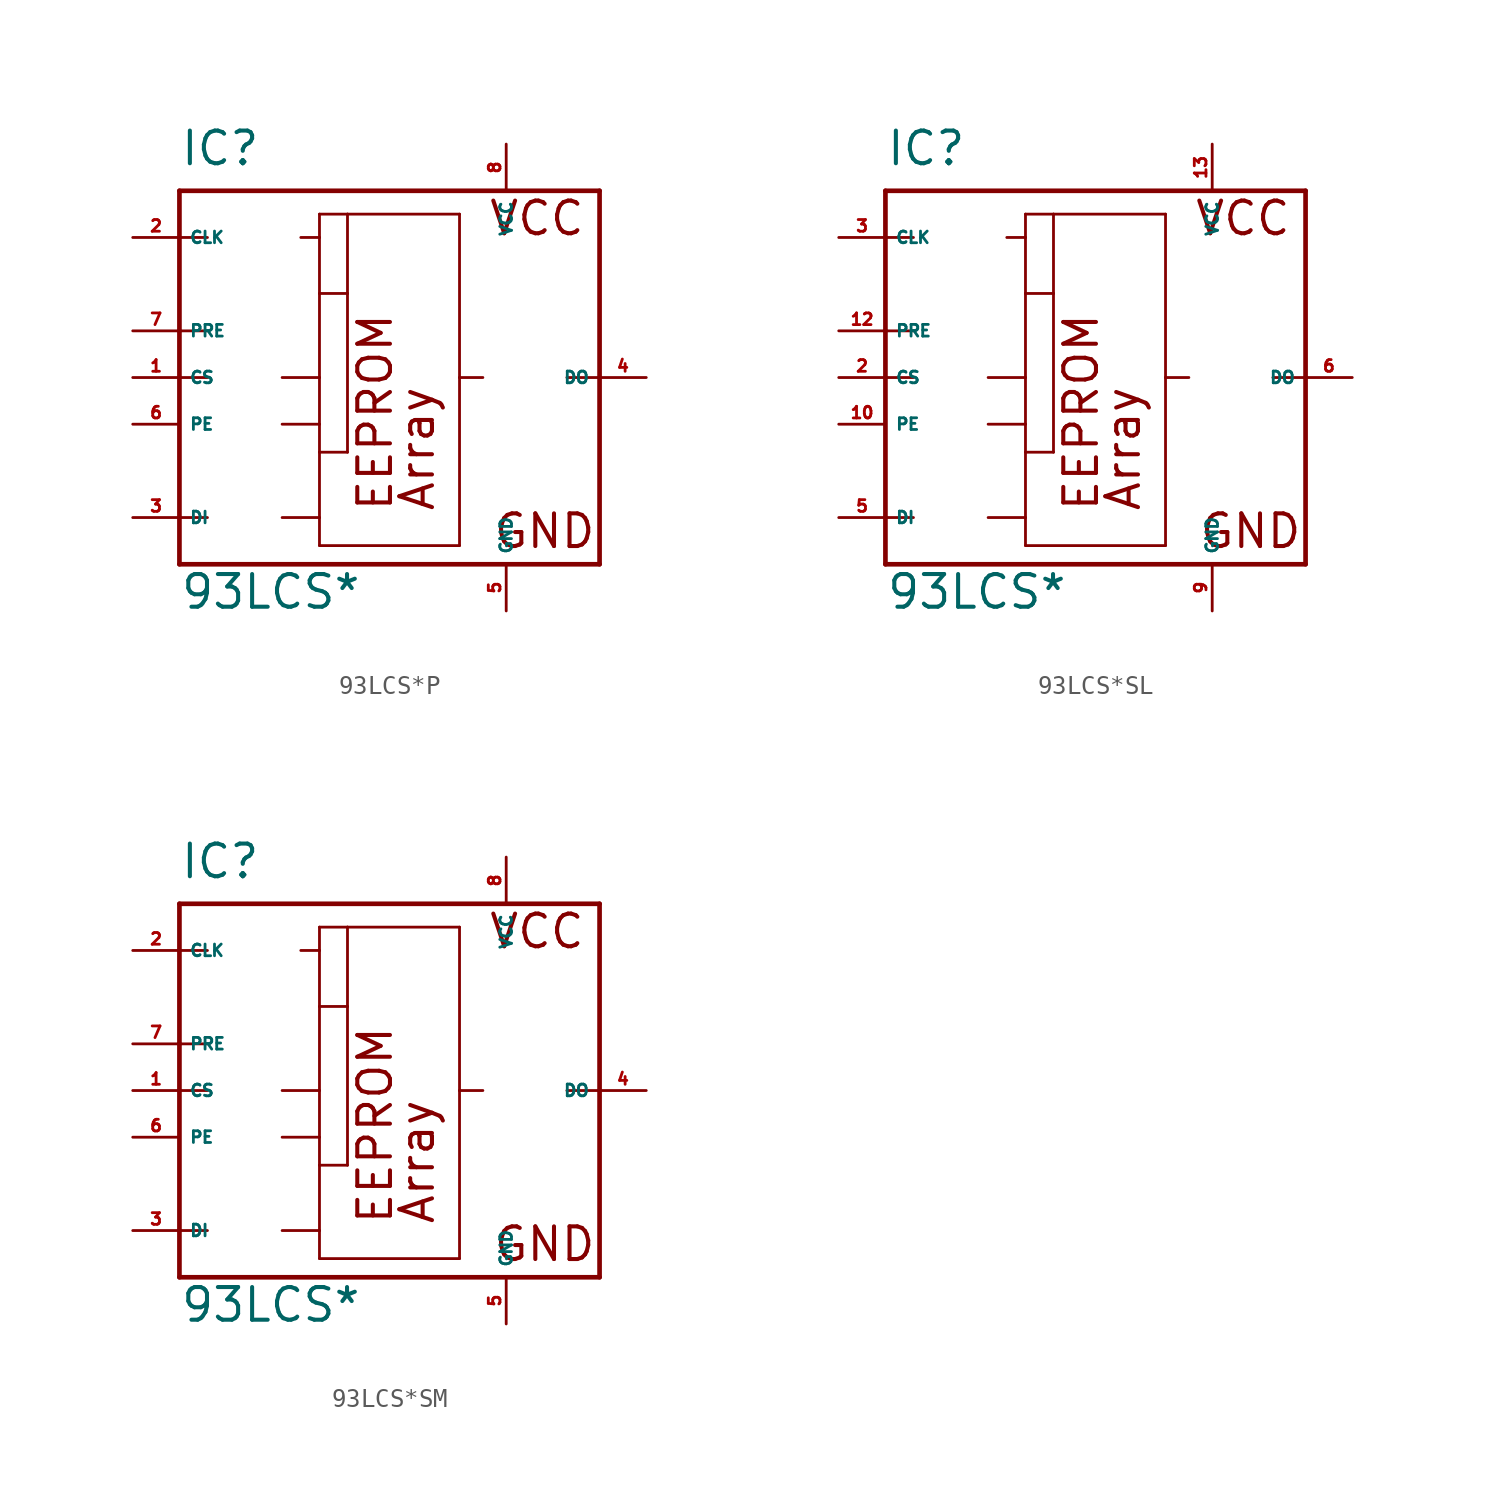
<source format=kicad_sym>
(kicad_symbol_lib
  (version 20220914)
  (generator Eagle2Kicad)
  (symbol "93LCS*P"
    (property "Reference" "IC"
      (at -10.16 11.43 0)
      (effects (font (size 1.778 1.778) (thickness 0.22)) (justify left bottom)))
    (property "Value" "93LCS*"
      (at -10.16 -12.7 0)
      (effects (font (size 1.778 1.778) (thickness 0.22)) (justify left bottom)))
    (polyline
      (pts (xy -10.16 10.16) (xy 12.7 10.16))
      (stroke (width 0.254) (type default))
      (fill (type none)))
    (polyline
      (pts (xy 12.7 10.16) (xy 12.7 0))
      (stroke (width 0.254) (type default))
      (fill (type none)))
    (polyline
      (pts (xy 12.7 0) (xy 12.7 -10.16))
      (stroke (width 0.254) (type default))
      (fill (type none)))
    (polyline
      (pts (xy 12.7 -10.16) (xy -10.16 -10.16))
      (stroke (width 0.254) (type default))
      (fill (type none)))
    (polyline
      (pts (xy -10.16 -10.16) (xy -10.16 -7.62))
      (stroke (width 0.254) (type default))
      (fill (type none)))
    (polyline
      (pts (xy -10.16 -7.62) (xy -10.16 0))
      (stroke (width 0.254) (type default))
      (fill (type none)))
    (polyline
      (pts (xy -10.16 0) (xy -10.16 2.54))
      (stroke (width 0.254) (type default))
      (fill (type none)))
    (polyline
      (pts (xy -10.16 2.54) (xy -10.16 7.62))
      (stroke (width 0.254) (type default))
      (fill (type none)))
    (polyline
      (pts (xy -10.16 7.62) (xy -10.16 10.16))
      (stroke (width 0.254) (type default))
      (fill (type none)))
    (polyline
      (pts (xy -2.54 8.89) (xy -1.016 8.89))
      (stroke (width 0.152) (type default))
      (fill (type none)))
    (polyline
      (pts (xy -1.016 8.89) (xy 5.08 8.89))
      (stroke (width 0.152) (type default))
      (fill (type none)))
    (polyline
      (pts (xy 5.08 8.89) (xy 5.08 0))
      (stroke (width 0.152) (type default))
      (fill (type none)))
    (polyline
      (pts (xy 5.08 0) (xy 5.08 -9.144))
      (stroke (width 0.152) (type default))
      (fill (type none)))
    (polyline
      (pts (xy 5.08 -9.144) (xy -2.54 -9.144))
      (stroke (width 0.152) (type default))
      (fill (type none)))
    (polyline
      (pts (xy -2.54 -9.144) (xy -2.54 -7.62))
      (stroke (width 0.152) (type default))
      (fill (type none)))
    (polyline
      (pts (xy -2.54 -7.62) (xy -2.54 -4.064))
      (stroke (width 0.152) (type default))
      (fill (type none)))
    (polyline
      (pts (xy -2.54 -4.064) (xy -2.54 -2.54))
      (stroke (width 0.152) (type default))
      (fill (type none)))
    (polyline
      (pts (xy -2.54 -2.54) (xy -2.54 0))
      (stroke (width 0.152) (type default))
      (fill (type none)))
    (polyline
      (pts (xy -2.54 0) (xy -2.54 4.572))
      (stroke (width 0.152) (type default))
      (fill (type none)))
    (polyline
      (pts (xy -2.54 4.572) (xy -2.54 7.62))
      (stroke (width 0.152) (type default))
      (fill (type none)))
    (polyline
      (pts (xy -2.54 7.62) (xy -2.54 8.89))
      (stroke (width 0.152) (type default))
      (fill (type none)))
    (polyline
      (pts (xy -10.16 0) (xy -8.636 0))
      (stroke (width 0.152) (type default))
      (fill (type none)))
    (polyline
      (pts (xy -10.16 -7.62) (xy -8.636 -7.62))
      (stroke (width 0.152) (type default))
      (fill (type none)))
    (polyline
      (pts (xy -10.16 7.62) (xy -8.636 7.62))
      (stroke (width 0.152) (type default))
      (fill (type none)))
    (polyline
      (pts (xy -3.556 7.62) (xy -2.54 7.62))
      (stroke (width 0.152) (type default))
      (fill (type none)))
    (polyline
      (pts (xy 12.7 0) (xy 10.922 0))
      (stroke (width 0.152) (type default))
      (fill (type none)))
    (polyline
      (pts (xy 6.35 0) (xy 5.08 0))
      (stroke (width 0.152) (type default))
      (fill (type none)))
    (polyline
      (pts (xy -1.016 4.572) (xy -1.016 -4.064))
      (stroke (width 0.152) (type default))
      (fill (type none)))
    (polyline
      (pts (xy -10.16 2.54) (xy -8.636 2.54))
      (stroke (width 0.152) (type default))
      (fill (type none)))
    (polyline
      (pts (xy -4.572 0) (xy -2.54 0))
      (stroke (width 0.152) (type default))
      (fill (type none)))
    (polyline
      (pts (xy -2.54 4.572) (xy -1.016 4.572))
      (stroke (width 0.152) (type default))
      (fill (type none)))
    (polyline
      (pts (xy -4.572 -2.54) (xy -2.54 -2.54))
      (stroke (width 0.152) (type default))
      (fill (type none)))
    (polyline
      (pts (xy -2.54 -4.064) (xy -1.016 -4.064))
      (stroke (width 0.152) (type default))
      (fill (type none)))
    (polyline
      (pts (xy -1.016 8.89) (xy -1.016 4.572))
      (stroke (width 0.152) (type default))
      (fill (type none)))
    (polyline
      (pts (xy -4.572 -7.62) (xy -2.54 -7.62))
      (stroke (width 0.152) (type default))
      (fill (type none)))
    (text "Array"
      (at 3.81 -7.366 900)
      (effects (font (size 1.778 1.778) (thickness 0.22)) (justify left bottom)))
    (text "VCC"
      (at 6.604 7.62 0)
      (effects (font (size 1.778 1.778) (thickness 0.22)) (justify left bottom)))
    (text "GND"
      (at 6.858 -9.398 0)
      (effects (font (size 1.778 1.778) (thickness 0.22)) (justify left bottom)))
    (text "EEPROM"
      (at 1.524 -7.366 900)
      (effects (font (size 1.778 1.778) (thickness 0.22)) (justify left bottom)))
    (pin unspecified line
      (at 7.62 12.7 270)
      (length 2.54)
      (name "VCC" (effects (font (size 0.635 0.635) (thickness 0.08)) (justify left bottom)))
      (number "8" (effects (font (size 0.635 0.635) (thickness 0.08)) (justify left bottom))))
    (pin unspecified line
      (at 7.62 -12.7 90)
      (length 2.54)
      (name "GND" (effects (font (size 0.635 0.635) (thickness 0.08)) (justify left bottom)))
      (number "5" (effects (font (size 0.635 0.635) (thickness 0.08)) (justify left bottom))))
    (pin input line
      (at -12.7 7.62 0)
      (length 2.54)
      (name "CLK" (effects (font (size 0.635 0.635) (thickness 0.08)) (justify left bottom)))
      (number "2" (effects (font (size 0.635 0.635) (thickness 0.08)) (justify left bottom))))
    (pin tri_state line
      (at 15.24 0 180)
      (length 2.54)
      (name "DO" (effects (font (size 0.635 0.635) (thickness 0.08)) (justify left bottom)))
      (number "4" (effects (font (size 0.635 0.635) (thickness 0.08)) (justify left bottom))))
    (pin input line
      (at -12.7 2.54 0)
      (length 2.54)
      (name "PRE" (effects (font (size 0.635 0.635) (thickness 0.08)) (justify left bottom)))
      (number "7" (effects (font (size 0.635 0.635) (thickness 0.08)) (justify left bottom))))
    (pin input line
      (at -12.7 -2.54 0)
      (length 2.54)
      (name "PE" (effects (font (size 0.635 0.635) (thickness 0.08)) (justify left bottom)))
      (number "6" (effects (font (size 0.635 0.635) (thickness 0.08)) (justify left bottom))))
    (pin input line
      (at -12.7 -7.62 0)
      (length 2.54)
      (name "DI" (effects (font (size 0.635 0.635) (thickness 0.08)) (justify left bottom)))
      (number "3" (effects (font (size 0.635 0.635) (thickness 0.08)) (justify left bottom))))
    (pin input line
      (at -12.7 0 0)
      (length 2.54)
      (name "CS" (effects (font (size 0.635 0.635) (thickness 0.08)) (justify left bottom)))
      (number "1" (effects (font (size 0.635 0.635) (thickness 0.08)) (justify left bottom)))))
  (symbol "93LCS*SL"
    (property "Reference" "IC"
      (at -10.16 11.43 0)
      (effects (font (size 1.778 1.778) (thickness 0.22)) (justify left bottom)))
    (property "Value" "93LCS*"
      (at -10.16 -12.7 0)
      (effects (font (size 1.778 1.778) (thickness 0.22)) (justify left bottom)))
    (polyline
      (pts (xy -10.16 10.16) (xy 12.7 10.16))
      (stroke (width 0.254) (type default))
      (fill (type none)))
    (polyline
      (pts (xy 12.7 10.16) (xy 12.7 0))
      (stroke (width 0.254) (type default))
      (fill (type none)))
    (polyline
      (pts (xy 12.7 0) (xy 12.7 -10.16))
      (stroke (width 0.254) (type default))
      (fill (type none)))
    (polyline
      (pts (xy 12.7 -10.16) (xy -10.16 -10.16))
      (stroke (width 0.254) (type default))
      (fill (type none)))
    (polyline
      (pts (xy -10.16 -10.16) (xy -10.16 -7.62))
      (stroke (width 0.254) (type default))
      (fill (type none)))
    (polyline
      (pts (xy -10.16 -7.62) (xy -10.16 0))
      (stroke (width 0.254) (type default))
      (fill (type none)))
    (polyline
      (pts (xy -10.16 0) (xy -10.16 2.54))
      (stroke (width 0.254) (type default))
      (fill (type none)))
    (polyline
      (pts (xy -10.16 2.54) (xy -10.16 7.62))
      (stroke (width 0.254) (type default))
      (fill (type none)))
    (polyline
      (pts (xy -10.16 7.62) (xy -10.16 10.16))
      (stroke (width 0.254) (type default))
      (fill (type none)))
    (polyline
      (pts (xy -2.54 8.89) (xy -1.016 8.89))
      (stroke (width 0.152) (type default))
      (fill (type none)))
    (polyline
      (pts (xy -1.016 8.89) (xy 5.08 8.89))
      (stroke (width 0.152) (type default))
      (fill (type none)))
    (polyline
      (pts (xy 5.08 8.89) (xy 5.08 0))
      (stroke (width 0.152) (type default))
      (fill (type none)))
    (polyline
      (pts (xy 5.08 0) (xy 5.08 -9.144))
      (stroke (width 0.152) (type default))
      (fill (type none)))
    (polyline
      (pts (xy 5.08 -9.144) (xy -2.54 -9.144))
      (stroke (width 0.152) (type default))
      (fill (type none)))
    (polyline
      (pts (xy -2.54 -9.144) (xy -2.54 -7.62))
      (stroke (width 0.152) (type default))
      (fill (type none)))
    (polyline
      (pts (xy -2.54 -7.62) (xy -2.54 -4.064))
      (stroke (width 0.152) (type default))
      (fill (type none)))
    (polyline
      (pts (xy -2.54 -4.064) (xy -2.54 -2.54))
      (stroke (width 0.152) (type default))
      (fill (type none)))
    (polyline
      (pts (xy -2.54 -2.54) (xy -2.54 0))
      (stroke (width 0.152) (type default))
      (fill (type none)))
    (polyline
      (pts (xy -2.54 0) (xy -2.54 4.572))
      (stroke (width 0.152) (type default))
      (fill (type none)))
    (polyline
      (pts (xy -2.54 4.572) (xy -2.54 7.62))
      (stroke (width 0.152) (type default))
      (fill (type none)))
    (polyline
      (pts (xy -2.54 7.62) (xy -2.54 8.89))
      (stroke (width 0.152) (type default))
      (fill (type none)))
    (polyline
      (pts (xy -10.16 0) (xy -8.636 0))
      (stroke (width 0.152) (type default))
      (fill (type none)))
    (polyline
      (pts (xy -10.16 -7.62) (xy -8.636 -7.62))
      (stroke (width 0.152) (type default))
      (fill (type none)))
    (polyline
      (pts (xy -10.16 7.62) (xy -8.636 7.62))
      (stroke (width 0.152) (type default))
      (fill (type none)))
    (polyline
      (pts (xy -3.556 7.62) (xy -2.54 7.62))
      (stroke (width 0.152) (type default))
      (fill (type none)))
    (polyline
      (pts (xy 12.7 0) (xy 10.922 0))
      (stroke (width 0.152) (type default))
      (fill (type none)))
    (polyline
      (pts (xy 6.35 0) (xy 5.08 0))
      (stroke (width 0.152) (type default))
      (fill (type none)))
    (polyline
      (pts (xy -1.016 4.572) (xy -1.016 -4.064))
      (stroke (width 0.152) (type default))
      (fill (type none)))
    (polyline
      (pts (xy -10.16 2.54) (xy -8.636 2.54))
      (stroke (width 0.152) (type default))
      (fill (type none)))
    (polyline
      (pts (xy -4.572 0) (xy -2.54 0))
      (stroke (width 0.152) (type default))
      (fill (type none)))
    (polyline
      (pts (xy -2.54 4.572) (xy -1.016 4.572))
      (stroke (width 0.152) (type default))
      (fill (type none)))
    (polyline
      (pts (xy -4.572 -2.54) (xy -2.54 -2.54))
      (stroke (width 0.152) (type default))
      (fill (type none)))
    (polyline
      (pts (xy -2.54 -4.064) (xy -1.016 -4.064))
      (stroke (width 0.152) (type default))
      (fill (type none)))
    (polyline
      (pts (xy -1.016 8.89) (xy -1.016 4.572))
      (stroke (width 0.152) (type default))
      (fill (type none)))
    (polyline
      (pts (xy -4.572 -7.62) (xy -2.54 -7.62))
      (stroke (width 0.152) (type default))
      (fill (type none)))
    (text "Array"
      (at 3.81 -7.366 900)
      (effects (font (size 1.778 1.778) (thickness 0.22)) (justify left bottom)))
    (text "VCC"
      (at 6.604 7.62 0)
      (effects (font (size 1.778 1.778) (thickness 0.22)) (justify left bottom)))
    (text "GND"
      (at 6.858 -9.398 0)
      (effects (font (size 1.778 1.778) (thickness 0.22)) (justify left bottom)))
    (text "EEPROM"
      (at 1.524 -7.366 900)
      (effects (font (size 1.778 1.778) (thickness 0.22)) (justify left bottom)))
    (pin unspecified line
      (at 7.62 12.7 270)
      (length 2.54)
      (name "VCC" (effects (font (size 0.635 0.635) (thickness 0.08)) (justify left bottom)))
      (number "13" (effects (font (size 0.635 0.635) (thickness 0.08)) (justify left bottom))))
    (pin unspecified line
      (at 7.62 -12.7 90)
      (length 2.54)
      (name "GND" (effects (font (size 0.635 0.635) (thickness 0.08)) (justify left bottom)))
      (number "9" (effects (font (size 0.635 0.635) (thickness 0.08)) (justify left bottom))))
    (pin input line
      (at -12.7 7.62 0)
      (length 2.54)
      (name "CLK" (effects (font (size 0.635 0.635) (thickness 0.08)) (justify left bottom)))
      (number "3" (effects (font (size 0.635 0.635) (thickness 0.08)) (justify left bottom))))
    (pin tri_state line
      (at 15.24 0 180)
      (length 2.54)
      (name "DO" (effects (font (size 0.635 0.635) (thickness 0.08)) (justify left bottom)))
      (number "6" (effects (font (size 0.635 0.635) (thickness 0.08)) (justify left bottom))))
    (pin input line
      (at -12.7 2.54 0)
      (length 2.54)
      (name "PRE" (effects (font (size 0.635 0.635) (thickness 0.08)) (justify left bottom)))
      (number "12" (effects (font (size 0.635 0.635) (thickness 0.08)) (justify left bottom))))
    (pin input line
      (at -12.7 -2.54 0)
      (length 2.54)
      (name "PE" (effects (font (size 0.635 0.635) (thickness 0.08)) (justify left bottom)))
      (number "10" (effects (font (size 0.635 0.635) (thickness 0.08)) (justify left bottom))))
    (pin input line
      (at -12.7 -7.62 0)
      (length 2.54)
      (name "DI" (effects (font (size 0.635 0.635) (thickness 0.08)) (justify left bottom)))
      (number "5" (effects (font (size 0.635 0.635) (thickness 0.08)) (justify left bottom))))
    (pin input line
      (at -12.7 0 0)
      (length 2.54)
      (name "CS" (effects (font (size 0.635 0.635) (thickness 0.08)) (justify left bottom)))
      (number "2" (effects (font (size 0.635 0.635) (thickness 0.08)) (justify left bottom)))))
  (symbol "93LCS*SM"
    (property "Reference" "IC"
      (at -10.16 11.43 0)
      (effects (font (size 1.778 1.778) (thickness 0.22)) (justify left bottom)))
    (property "Value" "93LCS*"
      (at -10.16 -12.7 0)
      (effects (font (size 1.778 1.778) (thickness 0.22)) (justify left bottom)))
    (polyline
      (pts (xy -10.16 10.16) (xy 12.7 10.16))
      (stroke (width 0.254) (type default))
      (fill (type none)))
    (polyline
      (pts (xy 12.7 10.16) (xy 12.7 0))
      (stroke (width 0.254) (type default))
      (fill (type none)))
    (polyline
      (pts (xy 12.7 0) (xy 12.7 -10.16))
      (stroke (width 0.254) (type default))
      (fill (type none)))
    (polyline
      (pts (xy 12.7 -10.16) (xy -10.16 -10.16))
      (stroke (width 0.254) (type default))
      (fill (type none)))
    (polyline
      (pts (xy -10.16 -10.16) (xy -10.16 -7.62))
      (stroke (width 0.254) (type default))
      (fill (type none)))
    (polyline
      (pts (xy -10.16 -7.62) (xy -10.16 0))
      (stroke (width 0.254) (type default))
      (fill (type none)))
    (polyline
      (pts (xy -10.16 0) (xy -10.16 2.54))
      (stroke (width 0.254) (type default))
      (fill (type none)))
    (polyline
      (pts (xy -10.16 2.54) (xy -10.16 7.62))
      (stroke (width 0.254) (type default))
      (fill (type none)))
    (polyline
      (pts (xy -10.16 7.62) (xy -10.16 10.16))
      (stroke (width 0.254) (type default))
      (fill (type none)))
    (polyline
      (pts (xy -2.54 8.89) (xy -1.016 8.89))
      (stroke (width 0.152) (type default))
      (fill (type none)))
    (polyline
      (pts (xy -1.016 8.89) (xy 5.08 8.89))
      (stroke (width 0.152) (type default))
      (fill (type none)))
    (polyline
      (pts (xy 5.08 8.89) (xy 5.08 0))
      (stroke (width 0.152) (type default))
      (fill (type none)))
    (polyline
      (pts (xy 5.08 0) (xy 5.08 -9.144))
      (stroke (width 0.152) (type default))
      (fill (type none)))
    (polyline
      (pts (xy 5.08 -9.144) (xy -2.54 -9.144))
      (stroke (width 0.152) (type default))
      (fill (type none)))
    (polyline
      (pts (xy -2.54 -9.144) (xy -2.54 -7.62))
      (stroke (width 0.152) (type default))
      (fill (type none)))
    (polyline
      (pts (xy -2.54 -7.62) (xy -2.54 -4.064))
      (stroke (width 0.152) (type default))
      (fill (type none)))
    (polyline
      (pts (xy -2.54 -4.064) (xy -2.54 -2.54))
      (stroke (width 0.152) (type default))
      (fill (type none)))
    (polyline
      (pts (xy -2.54 -2.54) (xy -2.54 0))
      (stroke (width 0.152) (type default))
      (fill (type none)))
    (polyline
      (pts (xy -2.54 0) (xy -2.54 4.572))
      (stroke (width 0.152) (type default))
      (fill (type none)))
    (polyline
      (pts (xy -2.54 4.572) (xy -2.54 7.62))
      (stroke (width 0.152) (type default))
      (fill (type none)))
    (polyline
      (pts (xy -2.54 7.62) (xy -2.54 8.89))
      (stroke (width 0.152) (type default))
      (fill (type none)))
    (polyline
      (pts (xy -10.16 0) (xy -8.636 0))
      (stroke (width 0.152) (type default))
      (fill (type none)))
    (polyline
      (pts (xy -10.16 -7.62) (xy -8.636 -7.62))
      (stroke (width 0.152) (type default))
      (fill (type none)))
    (polyline
      (pts (xy -10.16 7.62) (xy -8.636 7.62))
      (stroke (width 0.152) (type default))
      (fill (type none)))
    (polyline
      (pts (xy -3.556 7.62) (xy -2.54 7.62))
      (stroke (width 0.152) (type default))
      (fill (type none)))
    (polyline
      (pts (xy 12.7 0) (xy 10.922 0))
      (stroke (width 0.152) (type default))
      (fill (type none)))
    (polyline
      (pts (xy 6.35 0) (xy 5.08 0))
      (stroke (width 0.152) (type default))
      (fill (type none)))
    (polyline
      (pts (xy -1.016 4.572) (xy -1.016 -4.064))
      (stroke (width 0.152) (type default))
      (fill (type none)))
    (polyline
      (pts (xy -10.16 2.54) (xy -8.636 2.54))
      (stroke (width 0.152) (type default))
      (fill (type none)))
    (polyline
      (pts (xy -4.572 0) (xy -2.54 0))
      (stroke (width 0.152) (type default))
      (fill (type none)))
    (polyline
      (pts (xy -2.54 4.572) (xy -1.016 4.572))
      (stroke (width 0.152) (type default))
      (fill (type none)))
    (polyline
      (pts (xy -4.572 -2.54) (xy -2.54 -2.54))
      (stroke (width 0.152) (type default))
      (fill (type none)))
    (polyline
      (pts (xy -2.54 -4.064) (xy -1.016 -4.064))
      (stroke (width 0.152) (type default))
      (fill (type none)))
    (polyline
      (pts (xy -1.016 8.89) (xy -1.016 4.572))
      (stroke (width 0.152) (type default))
      (fill (type none)))
    (polyline
      (pts (xy -4.572 -7.62) (xy -2.54 -7.62))
      (stroke (width 0.152) (type default))
      (fill (type none)))
    (text "Array"
      (at 3.81 -7.366 900)
      (effects (font (size 1.778 1.778) (thickness 0.22)) (justify left bottom)))
    (text "VCC"
      (at 6.604 7.62 0)
      (effects (font (size 1.778 1.778) (thickness 0.22)) (justify left bottom)))
    (text "GND"
      (at 6.858 -9.398 0)
      (effects (font (size 1.778 1.778) (thickness 0.22)) (justify left bottom)))
    (text "EEPROM"
      (at 1.524 -7.366 900)
      (effects (font (size 1.778 1.778) (thickness 0.22)) (justify left bottom)))
    (pin unspecified line
      (at 7.62 12.7 270)
      (length 2.54)
      (name "VCC" (effects (font (size 0.635 0.635) (thickness 0.08)) (justify left bottom)))
      (number "8" (effects (font (size 0.635 0.635) (thickness 0.08)) (justify left bottom))))
    (pin unspecified line
      (at 7.62 -12.7 90)
      (length 2.54)
      (name "GND" (effects (font (size 0.635 0.635) (thickness 0.08)) (justify left bottom)))
      (number "5" (effects (font (size 0.635 0.635) (thickness 0.08)) (justify left bottom))))
    (pin input line
      (at -12.7 7.62 0)
      (length 2.54)
      (name "CLK" (effects (font (size 0.635 0.635) (thickness 0.08)) (justify left bottom)))
      (number "2" (effects (font (size 0.635 0.635) (thickness 0.08)) (justify left bottom))))
    (pin tri_state line
      (at 15.24 0 180)
      (length 2.54)
      (name "DO" (effects (font (size 0.635 0.635) (thickness 0.08)) (justify left bottom)))
      (number "4" (effects (font (size 0.635 0.635) (thickness 0.08)) (justify left bottom))))
    (pin input line
      (at -12.7 2.54 0)
      (length 2.54)
      (name "PRE" (effects (font (size 0.635 0.635) (thickness 0.08)) (justify left bottom)))
      (number "7" (effects (font (size 0.635 0.635) (thickness 0.08)) (justify left bottom))))
    (pin input line
      (at -12.7 -2.54 0)
      (length 2.54)
      (name "PE" (effects (font (size 0.635 0.635) (thickness 0.08)) (justify left bottom)))
      (number "6" (effects (font (size 0.635 0.635) (thickness 0.08)) (justify left bottom))))
    (pin input line
      (at -12.7 -7.62 0)
      (length 2.54)
      (name "DI" (effects (font (size 0.635 0.635) (thickness 0.08)) (justify left bottom)))
      (number "3" (effects (font (size 0.635 0.635) (thickness 0.08)) (justify left bottom))))
    (pin input line
      (at -12.7 0 0)
      (length 2.54)
      (name "CS" (effects (font (size 0.635 0.635) (thickness 0.08)) (justify left bottom)))
      (number "1" (effects (font (size 0.635 0.635) (thickness 0.08)) (justify left bottom))))))
</source>
